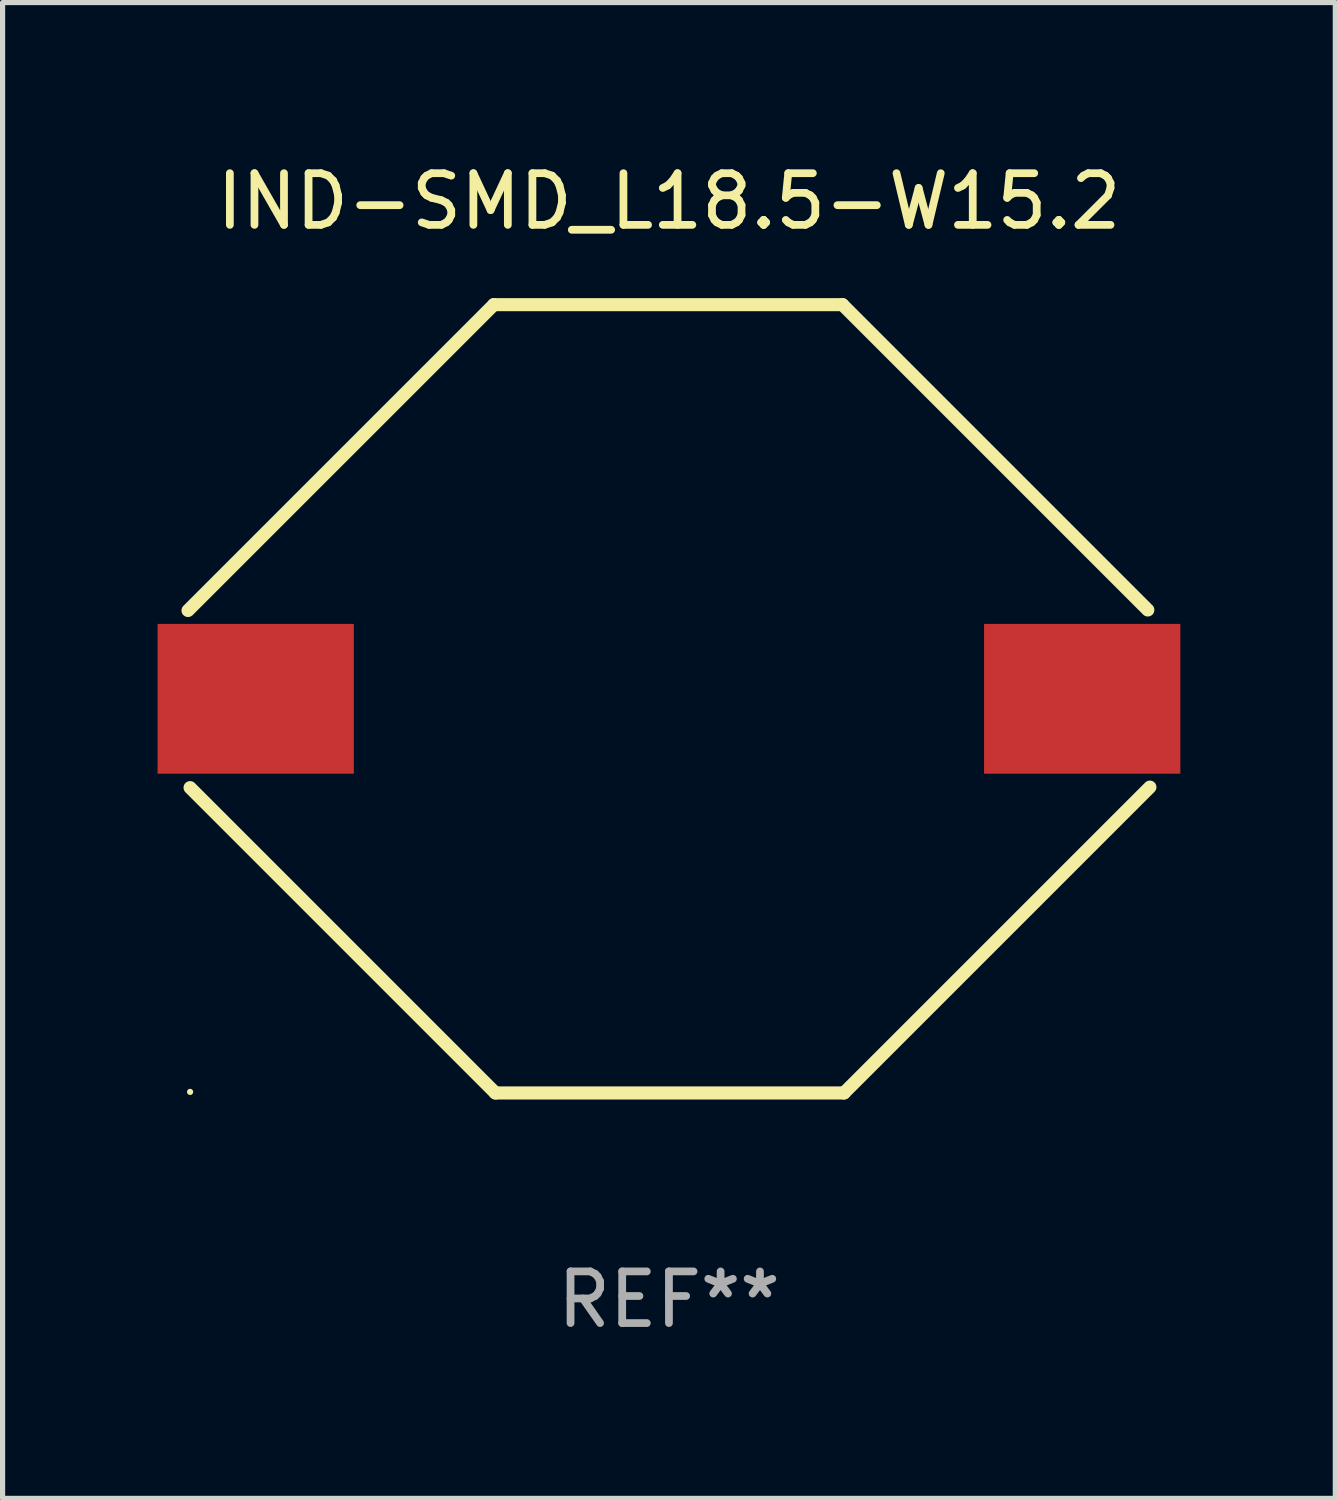
<source format=kicad_pcb>
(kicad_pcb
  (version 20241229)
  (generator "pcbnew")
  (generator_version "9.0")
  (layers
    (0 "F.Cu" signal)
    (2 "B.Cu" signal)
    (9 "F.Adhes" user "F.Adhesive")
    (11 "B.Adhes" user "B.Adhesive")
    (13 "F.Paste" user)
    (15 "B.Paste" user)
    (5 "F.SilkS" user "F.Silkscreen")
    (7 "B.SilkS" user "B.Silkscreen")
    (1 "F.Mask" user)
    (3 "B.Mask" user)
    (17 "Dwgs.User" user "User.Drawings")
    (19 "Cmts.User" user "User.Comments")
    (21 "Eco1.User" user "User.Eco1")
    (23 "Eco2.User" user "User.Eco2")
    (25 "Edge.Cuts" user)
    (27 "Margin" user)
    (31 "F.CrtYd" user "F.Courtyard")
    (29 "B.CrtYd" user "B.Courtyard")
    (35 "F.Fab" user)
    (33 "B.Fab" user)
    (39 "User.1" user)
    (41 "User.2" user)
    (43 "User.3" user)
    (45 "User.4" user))
  (footprint "IND-SMD_L18.5-W15.2"
    (layer "F.Cu")
    (at 9.9 10.478)
    (property "Reference" "IND-SMD_L18.5-W15.2" (at 0 -9.63 0) (layer "F.SilkS") (effects (font (size 1 1) (thickness 0.15))))
    (attr through_hole)
    (fp_line (start -9.27 1.72) (end -3.36 7.63) (stroke (width 0.254) (type solid)) (layer "F.SilkS"))
    (fp_line (start -3.39 -7.63) (end -9.31 -1.71) (stroke (width 0.254) (type solid)) (layer "F.SilkS"))
    (fp_line (start -3.36 7.63) (end 3.39 7.63) (stroke (width 0.254) (type solid)) (layer "F.SilkS"))
    (fp_line (start 3.36 -7.63) (end -3.39 -7.63) (stroke (width 0.254) (type solid)) (layer "F.SilkS"))
    (fp_line (start 3.39 7.63) (end 9.31 1.71) (stroke (width 0.254) (type solid)) (layer "F.SilkS"))
    (fp_line (start 9.27 -1.72) (end 3.36 -7.63) (stroke (width 0.254) (type solid)) (layer "F.SilkS"))
    (fp_circle (center -9.27 7.61) (end -9.24 7.61) (stroke (width 0.06) (type solid)) (fill no) (layer "F.SilkS"))
    (fp_text user "REF**" (at 0 11.63 0) (layer "F.Fab") (effects (font (size 1 1) (thickness 0.15))))
    (pad "1" smd rect (at -8 0.000025 180) (size 3.8 2.9) (layers "F.Cu" "F.Mask" "F.Paste"))
    (pad "2" smd rect (at 8 0.000025 180) (size 3.8 2.9) (layers "F.Cu" "F.Mask" "F.Paste")))
  (gr_rect
    (start -3 -3)
    (end 22.8 25.957)
    (stroke (width 0.1) (type default))
    (fill no)
    (layer "Edge.Cuts")))
</source>
